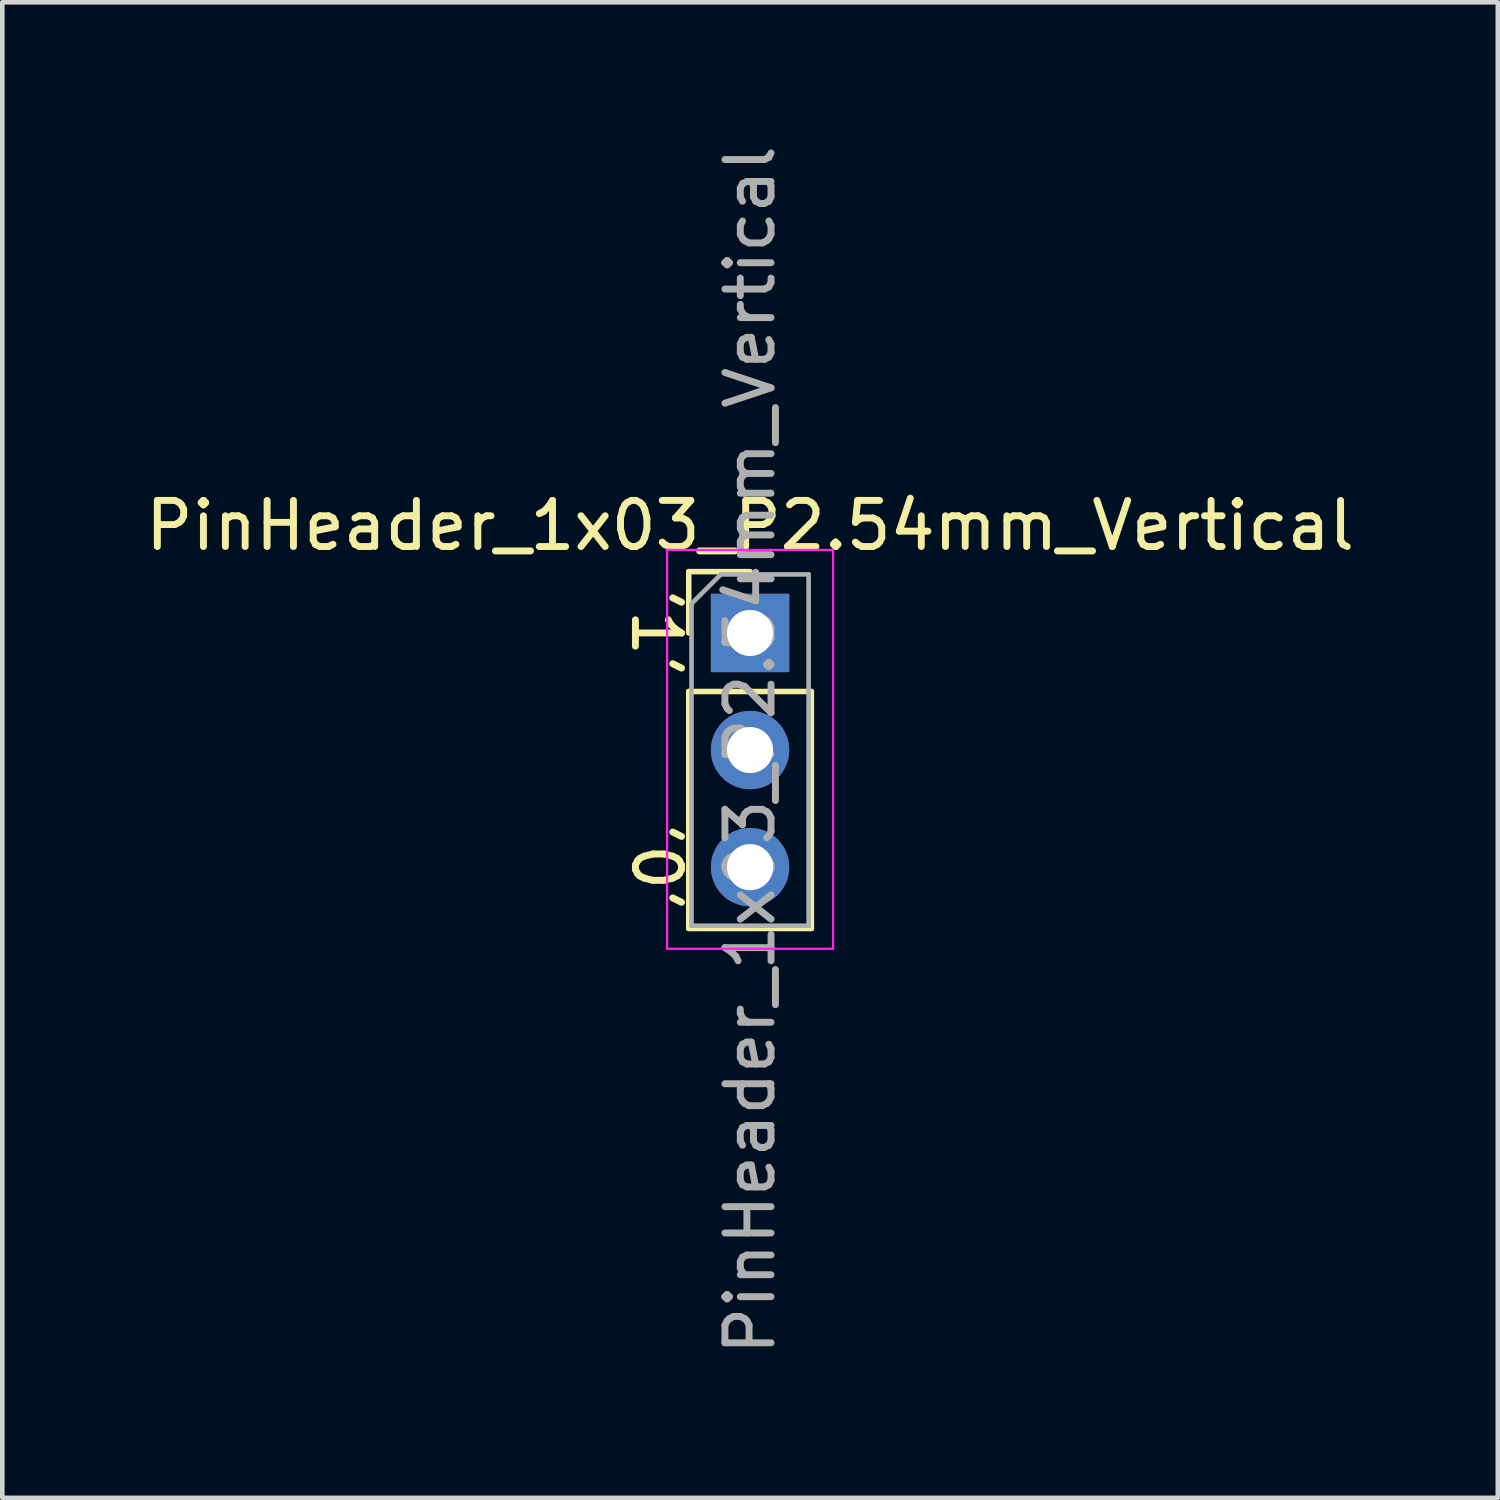
<source format=kicad_pcb>
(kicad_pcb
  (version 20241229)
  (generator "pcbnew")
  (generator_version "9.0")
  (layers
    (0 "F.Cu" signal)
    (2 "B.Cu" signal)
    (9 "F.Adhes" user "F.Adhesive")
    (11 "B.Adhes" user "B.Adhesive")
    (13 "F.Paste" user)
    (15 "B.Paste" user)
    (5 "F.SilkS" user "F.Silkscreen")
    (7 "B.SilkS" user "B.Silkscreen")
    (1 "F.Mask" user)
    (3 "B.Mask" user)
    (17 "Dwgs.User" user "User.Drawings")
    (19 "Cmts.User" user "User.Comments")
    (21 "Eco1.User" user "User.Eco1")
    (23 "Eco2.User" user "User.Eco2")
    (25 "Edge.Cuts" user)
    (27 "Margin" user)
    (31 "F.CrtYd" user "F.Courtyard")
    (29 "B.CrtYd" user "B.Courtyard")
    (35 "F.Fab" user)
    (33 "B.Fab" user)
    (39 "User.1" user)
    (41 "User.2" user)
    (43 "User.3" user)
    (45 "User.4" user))
  (footprint "PinHeader_1x03_P2.54mm_Vertical"
    (layer "F.Cu")
    (at 13.22 10.68)
    (property "Reference" "PinHeader_1x03_P2.54mm_Vertical" (at 0 -2.33 0) (layer "F.SilkS") (effects (font (size 1 1) (thickness 0.15))))
    (attr through_hole)
    (fp_line (start -1.33 -1.33) (end 0 -1.33) (stroke (width 0.12) (type solid)) (layer "F.SilkS"))
    (fp_line (start -1.33 0) (end -1.33 -1.33) (stroke (width 0.12) (type solid)) (layer "F.SilkS"))
    (fp_line (start -1.33 1.27) (end -1.33 6.41) (stroke (width 0.12) (type solid)) (layer "F.SilkS"))
    (fp_line (start -1.33 1.27) (end 1.33 1.27) (stroke (width 0.12) (type solid)) (layer "F.SilkS"))
    (fp_line (start -1.33 6.41) (end 1.33 6.41) (stroke (width 0.12) (type solid)) (layer "F.SilkS"))
    (fp_line (start 1.33 1.27) (end 1.33 6.41) (stroke (width 0.12) (type solid)) (layer "F.SilkS"))
    (fp_line (start -1.8 -1.8) (end -1.8 6.85) (stroke (width 0.05) (type solid)) (layer "F.CrtYd"))
    (fp_line (start -1.8 6.85) (end 1.8 6.85) (stroke (width 0.05) (type solid)) (layer "F.CrtYd"))
    (fp_line (start 1.8 -1.8) (end -1.8 -1.8) (stroke (width 0.05) (type solid)) (layer "F.CrtYd"))
    (fp_line (start 1.8 6.85) (end 1.8 -1.8) (stroke (width 0.05) (type solid)) (layer "F.CrtYd"))
    (fp_line (start -1.27 -0.635) (end -0.635 -1.27) (stroke (width 0.1) (type solid)) (layer "F.Fab"))
    (fp_line (start -1.27 6.35) (end -1.27 -0.635) (stroke (width 0.1) (type solid)) (layer "F.Fab"))
    (fp_line (start -0.635 -1.27) (end 1.27 -1.27) (stroke (width 0.1) (type solid)) (layer "F.Fab"))
    (fp_line (start 1.27 -1.27) (end 1.27 6.35) (stroke (width 0.1) (type solid)) (layer "F.Fab"))
    (fp_line (start 1.27 6.35) (end -1.27 6.35) (stroke (width 0.1) (type solid)) (layer "F.Fab"))
    (fp_text user "'1'" (at -2.032 0 270) (unlocked yes) (layer "F.SilkS") (effects (font (size 1 1) (thickness 0.15))))
    (fp_text user "'0'" (at -2.032 5.08 270) (unlocked yes) (layer "F.SilkS") (effects (font (size 1 1) (thickness 0.15))))
    (fp_text user "${REFERENCE}" (at 0 2.54 90) (layer "F.Fab") (effects (font (size 1 1) (thickness 0.15))))
    (pad "1" thru_hole rect (at 0 0) (size 1.7 1.7) (drill 1) (layers "*.Cu" "*.Mask"))
    (pad "2" thru_hole oval (at 0 2.54) (size 1.7 1.7) (drill 1) (layers "*.Cu" "*.Mask"))
    (pad "3" thru_hole oval (at 0 5.08) (size 1.7 1.7) (drill 1) (layers "*.Cu" "*.Mask")))
  (gr_rect
    (start -3 -3)
    (end 29.44 29.44)
    (stroke (width 0.1) (type default))
    (fill no)
    (layer "Edge.Cuts")))
</source>
